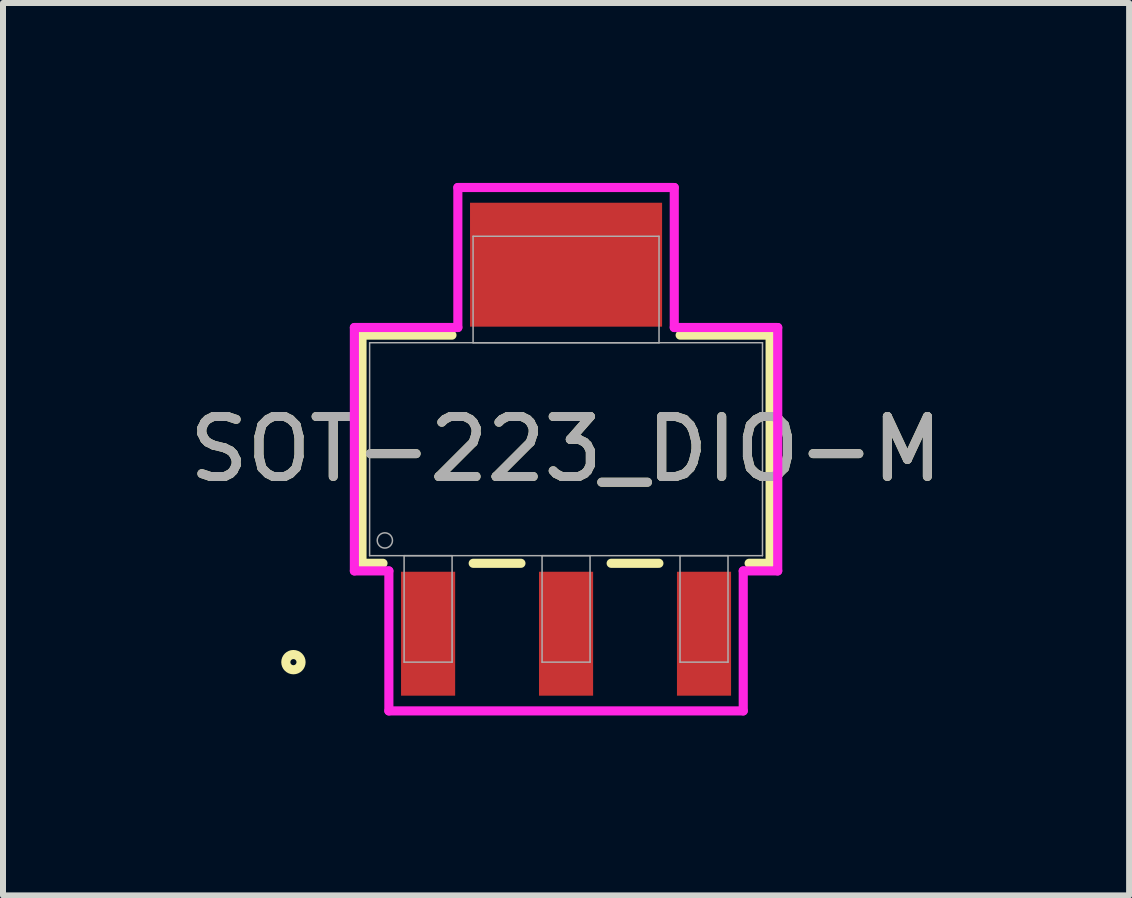
<source format=kicad_pcb>
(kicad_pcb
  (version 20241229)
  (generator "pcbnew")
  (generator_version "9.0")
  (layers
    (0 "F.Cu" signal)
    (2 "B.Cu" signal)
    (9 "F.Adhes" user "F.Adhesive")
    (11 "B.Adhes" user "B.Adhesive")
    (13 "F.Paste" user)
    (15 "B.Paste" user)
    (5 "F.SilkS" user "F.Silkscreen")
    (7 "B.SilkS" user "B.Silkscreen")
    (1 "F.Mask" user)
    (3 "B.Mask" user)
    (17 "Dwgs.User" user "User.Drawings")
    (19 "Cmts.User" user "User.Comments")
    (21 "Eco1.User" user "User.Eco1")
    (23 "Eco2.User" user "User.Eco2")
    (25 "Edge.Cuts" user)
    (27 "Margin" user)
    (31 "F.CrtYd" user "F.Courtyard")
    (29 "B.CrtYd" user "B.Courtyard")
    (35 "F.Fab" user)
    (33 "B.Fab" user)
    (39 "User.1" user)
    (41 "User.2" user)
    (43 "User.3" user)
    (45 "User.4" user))
  (footprint "SOT-223_DIO-M"
    (layer "F.Cu")
    (at 6.387 4.439)
    (property "Reference" "SOT-223_DIO-M" (at 0 0 0) (unlocked yes) (layer "F.SilkS") (effects (font (size 1 1) (thickness 0.15))))
    (attr smd)
    (fp_line (start -3.402 -1.902) (end -3.402 1.902) (stroke (width 0.152) (type solid)) (layer "F.SilkS"))
    (fp_line (start -3.402 1.902) (end -3.052 1.902) (stroke (width 0.152) (type solid)) (layer "F.SilkS"))
    (fp_line (start -1.902 -1.902) (end -3.402 -1.902) (stroke (width 0.152) (type solid)) (layer "F.SilkS"))
    (fp_line (start -1.548 1.902) (end -0.752 1.902) (stroke (width 0.152) (type solid)) (layer "F.SilkS"))
    (fp_line (start 0.752 1.902) (end 1.548 1.902) (stroke (width 0.152) (type solid)) (layer "F.SilkS"))
    (fp_line (start 3.052 1.902) (end 3.402 1.902) (stroke (width 0.152) (type solid)) (layer "F.SilkS"))
    (fp_line (start 3.402 -1.902) (end 1.902 -1.902) (stroke (width 0.152) (type solid)) (layer "F.SilkS"))
    (fp_line (start 3.402 1.902) (end 3.402 -1.902) (stroke (width 0.152) (type solid)) (layer "F.SilkS"))
    (fp_circle (center -4.545 3.55) (end -4.418 3.55) (stroke (width 0.152) (type solid)) (fill no) (layer "F.SilkS"))
    (fp_line (start -3.529 -2.029) (end -1.804 -2.029) (stroke (width 0.152) (type solid)) (layer "F.CrtYd"))
    (fp_line (start -3.529 2.029) (end -3.529 -2.029) (stroke (width 0.152) (type solid)) (layer "F.CrtYd"))
    (fp_line (start -2.954 2.029) (end -3.529 2.029) (stroke (width 0.152) (type solid)) (layer "F.CrtYd"))
    (fp_line (start -2.954 4.363) (end -2.954 2.029) (stroke (width 0.152) (type solid)) (layer "F.CrtYd"))
    (fp_line (start -1.804 -4.363) (end 1.804 -4.363) (stroke (width 0.152) (type solid)) (layer "F.CrtYd"))
    (fp_line (start -1.804 -2.029) (end -1.804 -4.363) (stroke (width 0.152) (type solid)) (layer "F.CrtYd"))
    (fp_line (start 1.804 -4.363) (end 1.804 -2.029) (stroke (width 0.152) (type solid)) (layer "F.CrtYd"))
    (fp_line (start 1.804 -2.029) (end 3.529 -2.029) (stroke (width 0.152) (type solid)) (layer "F.CrtYd"))
    (fp_line (start 2.954 2.029) (end 2.954 4.363) (stroke (width 0.152) (type solid)) (layer "F.CrtYd"))
    (fp_line (start 2.954 4.363) (end -2.954 4.363) (stroke (width 0.152) (type solid)) (layer "F.CrtYd"))
    (fp_line (start 3.529 -2.029) (end 3.529 2.029) (stroke (width 0.152) (type solid)) (layer "F.CrtYd"))
    (fp_line (start 3.529 2.029) (end 2.954 2.029) (stroke (width 0.152) (type solid)) (layer "F.CrtYd"))
    (fp_line (start -3.275 -1.775) (end -3.275 1.775) (stroke (width 0.025) (type solid)) (layer "F.Fab"))
    (fp_line (start -3.275 1.775) (end 3.275 1.775) (stroke (width 0.025) (type solid)) (layer "F.Fab"))
    (fp_line (start -2.7 1.775) (end -2.7 3.55) (stroke (width 0.025) (type solid)) (layer "F.Fab"))
    (fp_line (start -2.7 3.55) (end -1.9 3.55) (stroke (width 0.025) (type solid)) (layer "F.Fab"))
    (fp_line (start -1.9 1.775) (end -2.7 1.775) (stroke (width 0.025) (type solid)) (layer "F.Fab"))
    (fp_line (start -1.9 3.55) (end -1.9 1.775) (stroke (width 0.025) (type solid)) (layer "F.Fab"))
    (fp_line (start -1.55 -3.55) (end -1.55 -1.775) (stroke (width 0.025) (type solid)) (layer "F.Fab"))
    (fp_line (start -1.55 -1.775) (end 1.55 -1.775) (stroke (width 0.025) (type solid)) (layer "F.Fab"))
    (fp_line (start -0.4 1.775) (end -0.4 3.55) (stroke (width 0.025) (type solid)) (layer "F.Fab"))
    (fp_line (start -0.4 3.55) (end 0.4 3.55) (stroke (width 0.025) (type solid)) (layer "F.Fab"))
    (fp_line (start 0.4 1.775) (end -0.4 1.775) (stroke (width 0.025) (type solid)) (layer "F.Fab"))
    (fp_line (start 0.4 3.55) (end 0.4 1.775) (stroke (width 0.025) (type solid)) (layer "F.Fab"))
    (fp_line (start 1.55 -3.55) (end -1.55 -3.55) (stroke (width 0.025) (type solid)) (layer "F.Fab"))
    (fp_line (start 1.55 -1.775) (end 1.55 -3.55) (stroke (width 0.025) (type solid)) (layer "F.Fab"))
    (fp_line (start 1.9 1.775) (end 1.9 3.55) (stroke (width 0.025) (type solid)) (layer "F.Fab"))
    (fp_line (start 1.9 3.55) (end 2.7 3.55) (stroke (width 0.025) (type solid)) (layer "F.Fab"))
    (fp_line (start 2.7 1.775) (end 1.9 1.775) (stroke (width 0.025) (type solid)) (layer "F.Fab"))
    (fp_line (start 2.7 3.55) (end 2.7 1.775) (stroke (width 0.025) (type solid)) (layer "F.Fab"))
    (fp_line (start 3.275 -1.775) (end -3.275 -1.775) (stroke (width 0.025) (type solid)) (layer "F.Fab"))
    (fp_line (start 3.275 1.775) (end 3.275 -1.775) (stroke (width 0.025) (type solid)) (layer "F.Fab"))
    (fp_circle (center -3.021 1.521) (end -2.894 1.521) (stroke (width 0.025) (type solid)) (fill no) (layer "F.Fab"))
    (fp_text user "${REFERENCE}" (at 0 0 0) (unlocked yes) (layer "F.Fab") (effects (font (size 1 1) (thickness 0.15))))
    (pad "1" smd rect (at -2.3 3.076) (size 0.902 2.066) (layers "F.Cu" "F.Mask" "F.Paste"))
    (pad "2" smd rect (at 0 3.076) (size 0.902 2.066) (layers "F.Cu" "F.Mask" "F.Paste"))
    (pad "3" smd rect (at 2.3 3.076) (size 0.902 2.066) (layers "F.Cu" "F.Mask" "F.Paste"))
    (pad "4" smd rect (at 0 -3.076) (size 3.202 2.066) (layers "F.Cu" "F.Mask" "F.Paste")))
  (gr_rect
    (start -3 -3)
    (end 15.774 11.878)
    (stroke (width 0.1) (type default))
    (fill no)
    (layer "Edge.Cuts")))
</source>
